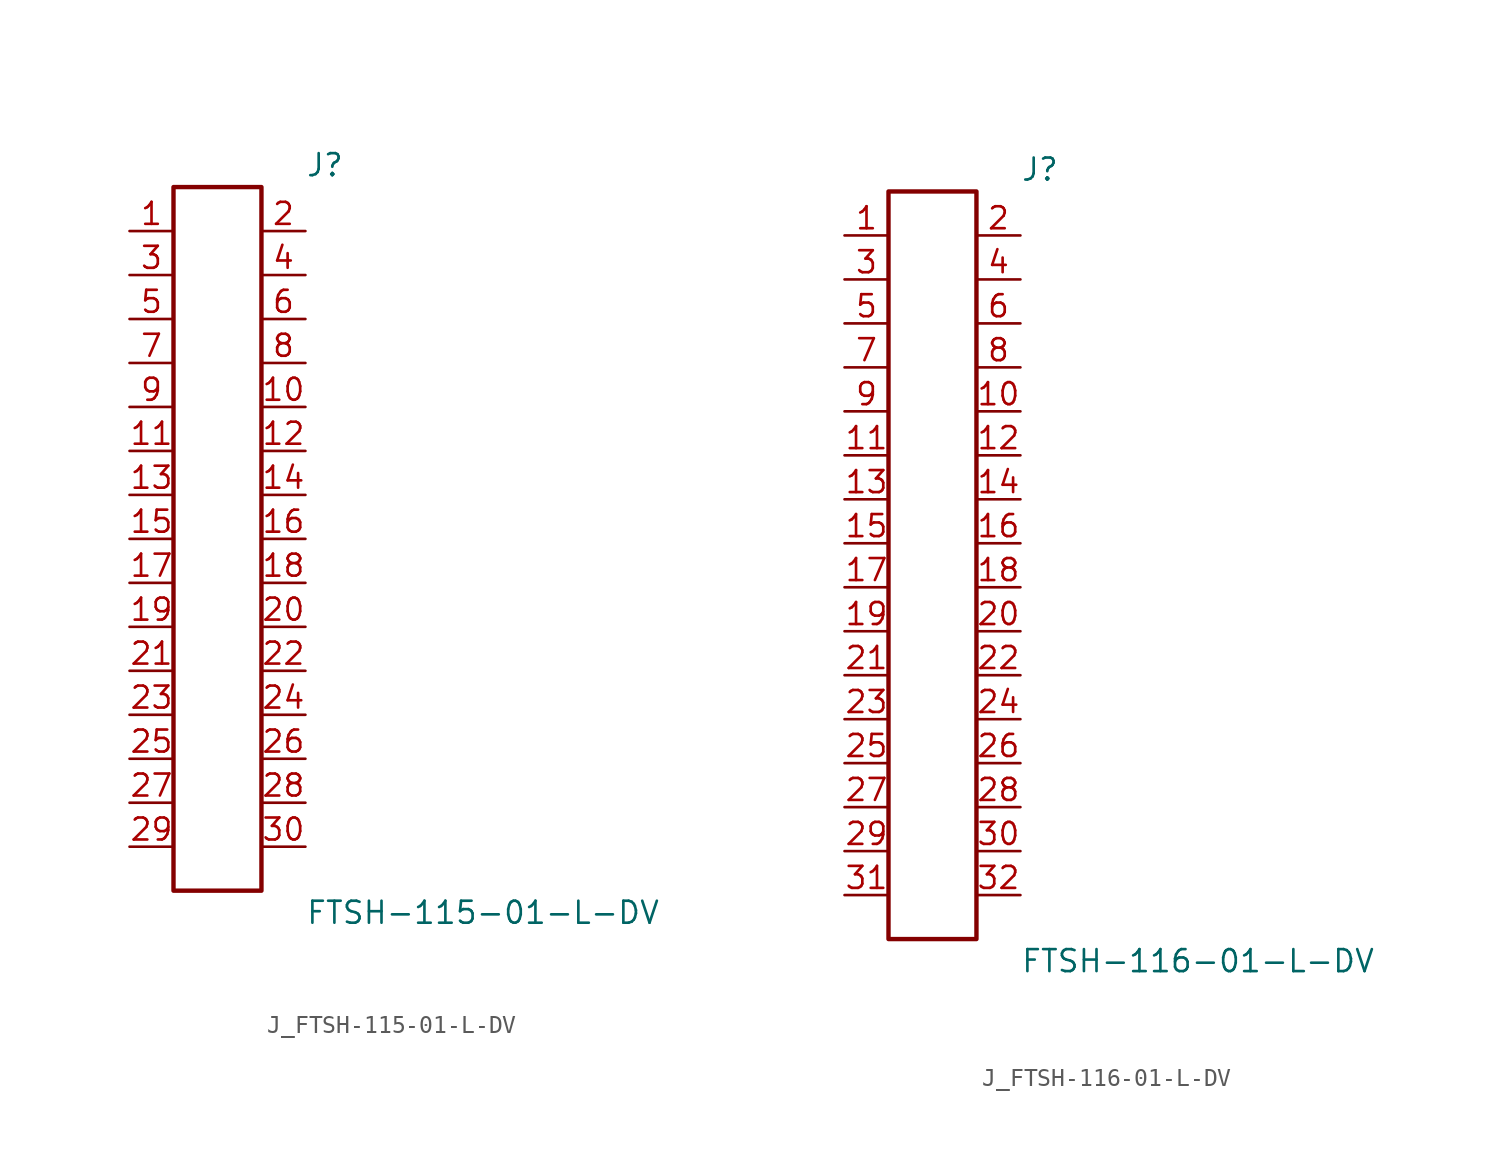
<source format=kicad_sym>
(kicad_symbol_lib
  (version 20231120)
  (generator kicad_symbol_editor)
  (generator_version 8.0)
  (symbol "J_FTSH-115-01-L-DV"
    (pin_names
      (offset 0.254))
    (property "Reference" "J"
      (at 5.08 21.59 0)
      (effects (font (size 1.27 1.27)) (justify left)))
    (property "Value" "FTSH-115-01-L-DV"
      (at 5.08 -21.59 0)
      (effects (font (size 1.27 1.27)) (justify left)))
    (symbol "J_FTSH-115-01-L-DV_0_0"
      (pin passive line (at -5.08 17.78 0) (length 2.54) (name "" (effects (font (size 1.27 1.27)))) (number "1" (effects (font (size 1.27 1.27)))))
      (pin passive line (at 5.08 17.78 180) (length 2.54) (name "" (effects (font (size 1.27 1.27)))) (number "2" (effects (font (size 1.27 1.27)))))
      (pin passive line (at -5.08 15.24 0) (length 2.54) (name "" (effects (font (size 1.27 1.27)))) (number "3" (effects (font (size 1.27 1.27)))))
      (pin passive line (at 5.08 15.24 180) (length 2.54) (name "" (effects (font (size 1.27 1.27)))) (number "4" (effects (font (size 1.27 1.27)))))
      (pin passive line (at -5.08 12.7 0) (length 2.54) (name "" (effects (font (size 1.27 1.27)))) (number "5" (effects (font (size 1.27 1.27)))))
      (pin passive line (at 5.08 12.7 180) (length 2.54) (name "" (effects (font (size 1.27 1.27)))) (number "6" (effects (font (size 1.27 1.27)))))
      (pin passive line (at -5.08 10.16 0) (length 2.54) (name "" (effects (font (size 1.27 1.27)))) (number "7" (effects (font (size 1.27 1.27)))))
      (pin passive line (at 5.08 10.16 180) (length 2.54) (name "" (effects (font (size 1.27 1.27)))) (number "8" (effects (font (size 1.27 1.27)))))
      (pin passive line (at -5.08 7.62 0) (length 2.54) (name "" (effects (font (size 1.27 1.27)))) (number "9" (effects (font (size 1.27 1.27)))))
      (pin passive line (at 5.08 7.62 180) (length 2.54) (name "" (effects (font (size 1.27 1.27)))) (number "10" (effects (font (size 1.27 1.27)))))
      (pin passive line (at -5.08 5.08 0) (length 2.54) (name "" (effects (font (size 1.27 1.27)))) (number "11" (effects (font (size 1.27 1.27)))))
      (pin passive line (at 5.08 5.08 180) (length 2.54) (name "" (effects (font (size 1.27 1.27)))) (number "12" (effects (font (size 1.27 1.27)))))
      (pin passive line (at -5.08 2.54 0) (length 2.54) (name "" (effects (font (size 1.27 1.27)))) (number "13" (effects (font (size 1.27 1.27)))))
      (pin passive line (at 5.08 2.54 180) (length 2.54) (name "" (effects (font (size 1.27 1.27)))) (number "14" (effects (font (size 1.27 1.27)))))
      (pin passive line (at -5.08 0.0 0) (length 2.54) (name "" (effects (font (size 1.27 1.27)))) (number "15" (effects (font (size 1.27 1.27)))))
      (pin passive line (at 5.08 0.0 180) (length 2.54) (name "" (effects (font (size 1.27 1.27)))) (number "16" (effects (font (size 1.27 1.27)))))
      (pin passive line (at -5.08 -2.54 0) (length 2.54) (name "" (effects (font (size 1.27 1.27)))) (number "17" (effects (font (size 1.27 1.27)))))
      (pin passive line (at 5.08 -2.54 180) (length 2.54) (name "" (effects (font (size 1.27 1.27)))) (number "18" (effects (font (size 1.27 1.27)))))
      (pin passive line (at -5.08 -5.08 0) (length 2.54) (name "" (effects (font (size 1.27 1.27)))) (number "19" (effects (font (size 1.27 1.27)))))
      (pin passive line (at 5.08 -5.08 180) (length 2.54) (name "" (effects (font (size 1.27 1.27)))) (number "20" (effects (font (size 1.27 1.27)))))
      (pin passive line (at -5.08 -7.62 0) (length 2.54) (name "" (effects (font (size 1.27 1.27)))) (number "21" (effects (font (size 1.27 1.27)))))
      (pin passive line (at 5.08 -7.62 180) (length 2.54) (name "" (effects (font (size 1.27 1.27)))) (number "22" (effects (font (size 1.27 1.27)))))
      (pin passive line (at -5.08 -10.16 0) (length 2.54) (name "" (effects (font (size 1.27 1.27)))) (number "23" (effects (font (size 1.27 1.27)))))
      (pin passive line (at 5.08 -10.16 180) (length 2.54) (name "" (effects (font (size 1.27 1.27)))) (number "24" (effects (font (size 1.27 1.27)))))
      (pin passive line (at -5.08 -12.7 0) (length 2.54) (name "" (effects (font (size 1.27 1.27)))) (number "25" (effects (font (size 1.27 1.27)))))
      (pin passive line (at 5.08 -12.7 180) (length 2.54) (name "" (effects (font (size 1.27 1.27)))) (number "26" (effects (font (size 1.27 1.27)))))
      (pin passive line (at -5.08 -15.24 0) (length 2.54) (name "" (effects (font (size 1.27 1.27)))) (number "27" (effects (font (size 1.27 1.27)))))
      (pin passive line (at 5.08 -15.24 180) (length 2.54) (name "" (effects (font (size 1.27 1.27)))) (number "28" (effects (font (size 1.27 1.27)))))
      (pin passive line (at -5.08 -17.78 0) (length 2.54) (name "" (effects (font (size 1.27 1.27)))) (number "29" (effects (font (size 1.27 1.27)))))
      (pin passive line (at 5.08 -17.78 180) (length 2.54) (name "" (effects (font (size 1.27 1.27)))) (number "30" (effects (font (size 1.27 1.27))))))
    (symbol "J_FTSH-115-01-L-DV_1_0"
      (rectangle (start -2.54 20.32) (end 2.54 -20.32) (stroke (width 0.254) (type solid)) (fill (type none)))))
  (symbol "J_FTSH-116-01-L-DV"
    (pin_names
      (offset 0.254))
    (property "Reference" "J"
      (at 5.08 22.86 0)
      (effects (font (size 1.27 1.27)) (justify left)))
    (property "Value" "FTSH-116-01-L-DV"
      (at 5.08 -22.86 0)
      (effects (font (size 1.27 1.27)) (justify left)))
    (symbol "J_FTSH-116-01-L-DV_0_0"
      (pin passive line (at -5.08 19.05 0) (length 2.54) (name "" (effects (font (size 1.27 1.27)))) (number "1" (effects (font (size 1.27 1.27)))))
      (pin passive line (at 5.08 19.05 180) (length 2.54) (name "" (effects (font (size 1.27 1.27)))) (number "2" (effects (font (size 1.27 1.27)))))
      (pin passive line (at -5.08 16.51 0) (length 2.54) (name "" (effects (font (size 1.27 1.27)))) (number "3" (effects (font (size 1.27 1.27)))))
      (pin passive line (at 5.08 16.51 180) (length 2.54) (name "" (effects (font (size 1.27 1.27)))) (number "4" (effects (font (size 1.27 1.27)))))
      (pin passive line (at -5.08 13.97 0) (length 2.54) (name "" (effects (font (size 1.27 1.27)))) (number "5" (effects (font (size 1.27 1.27)))))
      (pin passive line (at 5.08 13.97 180) (length 2.54) (name "" (effects (font (size 1.27 1.27)))) (number "6" (effects (font (size 1.27 1.27)))))
      (pin passive line (at -5.08 11.43 0) (length 2.54) (name "" (effects (font (size 1.27 1.27)))) (number "7" (effects (font (size 1.27 1.27)))))
      (pin passive line (at 5.08 11.43 180) (length 2.54) (name "" (effects (font (size 1.27 1.27)))) (number "8" (effects (font (size 1.27 1.27)))))
      (pin passive line (at -5.08 8.89 0) (length 2.54) (name "" (effects (font (size 1.27 1.27)))) (number "9" (effects (font (size 1.27 1.27)))))
      (pin passive line (at 5.08 8.89 180) (length 2.54) (name "" (effects (font (size 1.27 1.27)))) (number "10" (effects (font (size 1.27 1.27)))))
      (pin passive line (at -5.08 6.35 0) (length 2.54) (name "" (effects (font (size 1.27 1.27)))) (number "11" (effects (font (size 1.27 1.27)))))
      (pin passive line (at 5.08 6.35 180) (length 2.54) (name "" (effects (font (size 1.27 1.27)))) (number "12" (effects (font (size 1.27 1.27)))))
      (pin passive line (at -5.08 3.81 0) (length 2.54) (name "" (effects (font (size 1.27 1.27)))) (number "13" (effects (font (size 1.27 1.27)))))
      (pin passive line (at 5.08 3.81 180) (length 2.54) (name "" (effects (font (size 1.27 1.27)))) (number "14" (effects (font (size 1.27 1.27)))))
      (pin passive line (at -5.08 1.27 0) (length 2.54) (name "" (effects (font (size 1.27 1.27)))) (number "15" (effects (font (size 1.27 1.27)))))
      (pin passive line (at 5.08 1.27 180) (length 2.54) (name "" (effects (font (size 1.27 1.27)))) (number "16" (effects (font (size 1.27 1.27)))))
      (pin passive line (at -5.08 -1.27 0) (length 2.54) (name "" (effects (font (size 1.27 1.27)))) (number "17" (effects (font (size 1.27 1.27)))))
      (pin passive line (at 5.08 -1.27 180) (length 2.54) (name "" (effects (font (size 1.27 1.27)))) (number "18" (effects (font (size 1.27 1.27)))))
      (pin passive line (at -5.08 -3.81 0) (length 2.54) (name "" (effects (font (size 1.27 1.27)))) (number "19" (effects (font (size 1.27 1.27)))))
      (pin passive line (at 5.08 -3.81 180) (length 2.54) (name "" (effects (font (size 1.27 1.27)))) (number "20" (effects (font (size 1.27 1.27)))))
      (pin passive line (at -5.08 -6.35 0) (length 2.54) (name "" (effects (font (size 1.27 1.27)))) (number "21" (effects (font (size 1.27 1.27)))))
      (pin passive line (at 5.08 -6.35 180) (length 2.54) (name "" (effects (font (size 1.27 1.27)))) (number "22" (effects (font (size 1.27 1.27)))))
      (pin passive line (at -5.08 -8.89 0) (length 2.54) (name "" (effects (font (size 1.27 1.27)))) (number "23" (effects (font (size 1.27 1.27)))))
      (pin passive line (at 5.08 -8.89 180) (length 2.54) (name "" (effects (font (size 1.27 1.27)))) (number "24" (effects (font (size 1.27 1.27)))))
      (pin passive line (at -5.08 -11.43 0) (length 2.54) (name "" (effects (font (size 1.27 1.27)))) (number "25" (effects (font (size 1.27 1.27)))))
      (pin passive line (at 5.08 -11.43 180) (length 2.54) (name "" (effects (font (size 1.27 1.27)))) (number "26" (effects (font (size 1.27 1.27)))))
      (pin passive line (at -5.08 -13.97 0) (length 2.54) (name "" (effects (font (size 1.27 1.27)))) (number "27" (effects (font (size 1.27 1.27)))))
      (pin passive line (at 5.08 -13.97 180) (length 2.54) (name "" (effects (font (size 1.27 1.27)))) (number "28" (effects (font (size 1.27 1.27)))))
      (pin passive line (at -5.08 -16.51 0) (length 2.54) (name "" (effects (font (size 1.27 1.27)))) (number "29" (effects (font (size 1.27 1.27)))))
      (pin passive line (at 5.08 -16.51 180) (length 2.54) (name "" (effects (font (size 1.27 1.27)))) (number "30" (effects (font (size 1.27 1.27)))))
      (pin passive line (at -5.08 -19.05 0) (length 2.54) (name "" (effects (font (size 1.27 1.27)))) (number "31" (effects (font (size 1.27 1.27)))))
      (pin passive line (at 5.08 -19.05 180) (length 2.54) (name "" (effects (font (size 1.27 1.27)))) (number "32" (effects (font (size 1.27 1.27))))))
    (symbol "J_FTSH-116-01-L-DV_1_0"
      (rectangle (start -2.54 21.59) (end 2.54 -21.59) (stroke (width 0.254) (type solid)) (fill (type none))))))
</source>
